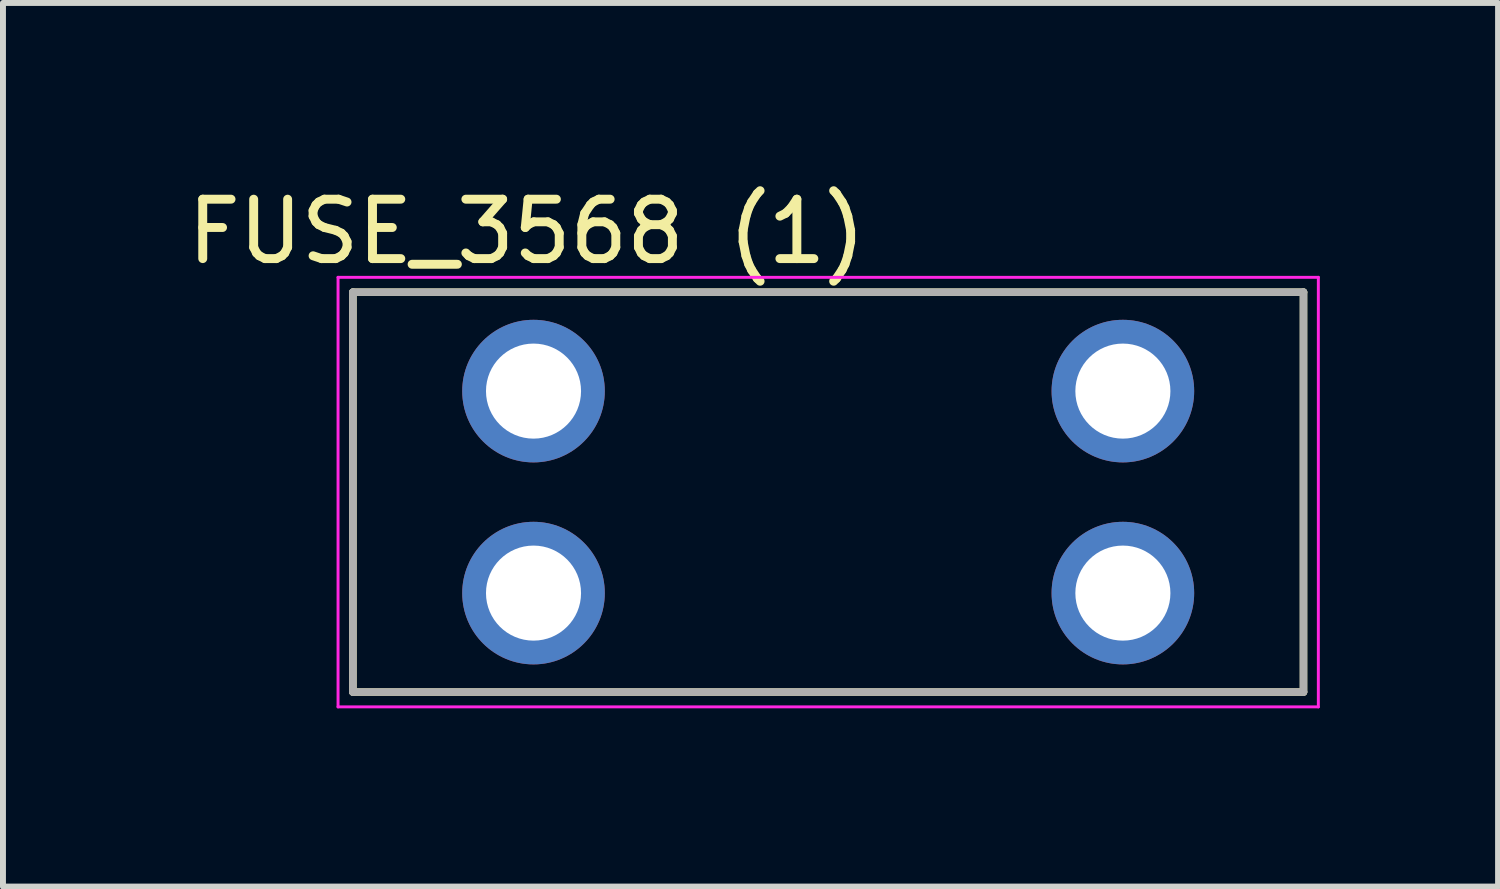
<source format=kicad_pcb>
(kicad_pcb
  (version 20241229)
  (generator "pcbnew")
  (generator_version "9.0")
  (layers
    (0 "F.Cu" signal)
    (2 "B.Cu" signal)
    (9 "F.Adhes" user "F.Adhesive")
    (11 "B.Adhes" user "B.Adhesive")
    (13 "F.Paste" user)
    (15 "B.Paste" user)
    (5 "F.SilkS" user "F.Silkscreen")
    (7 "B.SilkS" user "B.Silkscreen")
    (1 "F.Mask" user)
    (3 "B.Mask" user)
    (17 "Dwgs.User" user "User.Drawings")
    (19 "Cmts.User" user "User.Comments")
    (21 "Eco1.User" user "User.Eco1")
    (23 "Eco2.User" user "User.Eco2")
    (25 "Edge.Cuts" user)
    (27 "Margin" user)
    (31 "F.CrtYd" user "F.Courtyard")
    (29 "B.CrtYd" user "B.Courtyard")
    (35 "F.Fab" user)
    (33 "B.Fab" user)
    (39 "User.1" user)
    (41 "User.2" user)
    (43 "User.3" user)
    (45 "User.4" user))
  (footprint "FUSE_3568 (1)"
    (layer "F.Cu")
    (at 10.89 5.233)
    (property "Reference" "FUSE_3568 (1)" (at -5.075 -4.385 0) (layer "F.SilkS") (effects (font (size 1 1) (thickness 0.15))))
    (attr through_hole)
    (fp_line (start -8 -3.365) (end 8 -3.365) (stroke (width 0.127) (type solid)) (layer "F.SilkS"))
    (fp_line (start -8 3.365) (end -8 -3.365) (stroke (width 0.127) (type solid)) (layer "F.SilkS"))
    (fp_line (start 8 -3.365) (end 8 3.365) (stroke (width 0.127) (type solid)) (layer "F.SilkS"))
    (fp_line (start 8 3.365) (end -8 3.365) (stroke (width 0.127) (type solid)) (layer "F.SilkS"))
    (fp_line (start -8.25 -3.615) (end 8.25 -3.615) (stroke (width 0.05) (type solid)) (layer "F.CrtYd"))
    (fp_line (start -8.25 3.615) (end -8.25 -3.615) (stroke (width 0.05) (type solid)) (layer "F.CrtYd"))
    (fp_line (start 8.25 -3.615) (end 8.25 3.615) (stroke (width 0.05) (type solid)) (layer "F.CrtYd"))
    (fp_line (start 8.25 3.615) (end -8.25 3.615) (stroke (width 0.05) (type solid)) (layer "F.CrtYd"))
    (fp_line (start -8 -3.365) (end 8 -3.365) (stroke (width 0.127) (type solid)) (layer "F.Fab"))
    (fp_line (start -8 3.365) (end -8 -3.365) (stroke (width 0.127) (type solid)) (layer "F.Fab"))
    (fp_line (start 8 -3.365) (end 8 3.365) (stroke (width 0.127) (type solid)) (layer "F.Fab"))
    (fp_line (start 8 3.365) (end -8 3.365) (stroke (width 0.127) (type solid)) (layer "F.Fab"))
    (pad "1" thru_hole circle (at -4.96 -1.7) (size 2.4 2.4) (drill 1.6) (layers "*.Cu" "*.Mask"))
    (pad "2" thru_hole circle (at 4.96 -1.7) (size 2.4 2.4) (drill 1.6) (layers "*.Cu" "*.Mask"))
    (pad "3" thru_hole circle (at -4.96 1.7) (size 2.4 2.4) (drill 1.6) (layers "*.Cu" "*.Mask"))
    (pad "4" thru_hole circle (at 4.96 1.7) (size 2.4 2.4) (drill 1.6) (layers "*.Cu" "*.Mask")))
  (gr_rect
    (start -3 -3)
    (end 22.165 11.873)
    (stroke (width 0.1) (type default))
    (fill no)
    (layer "Edge.Cuts")))
</source>
